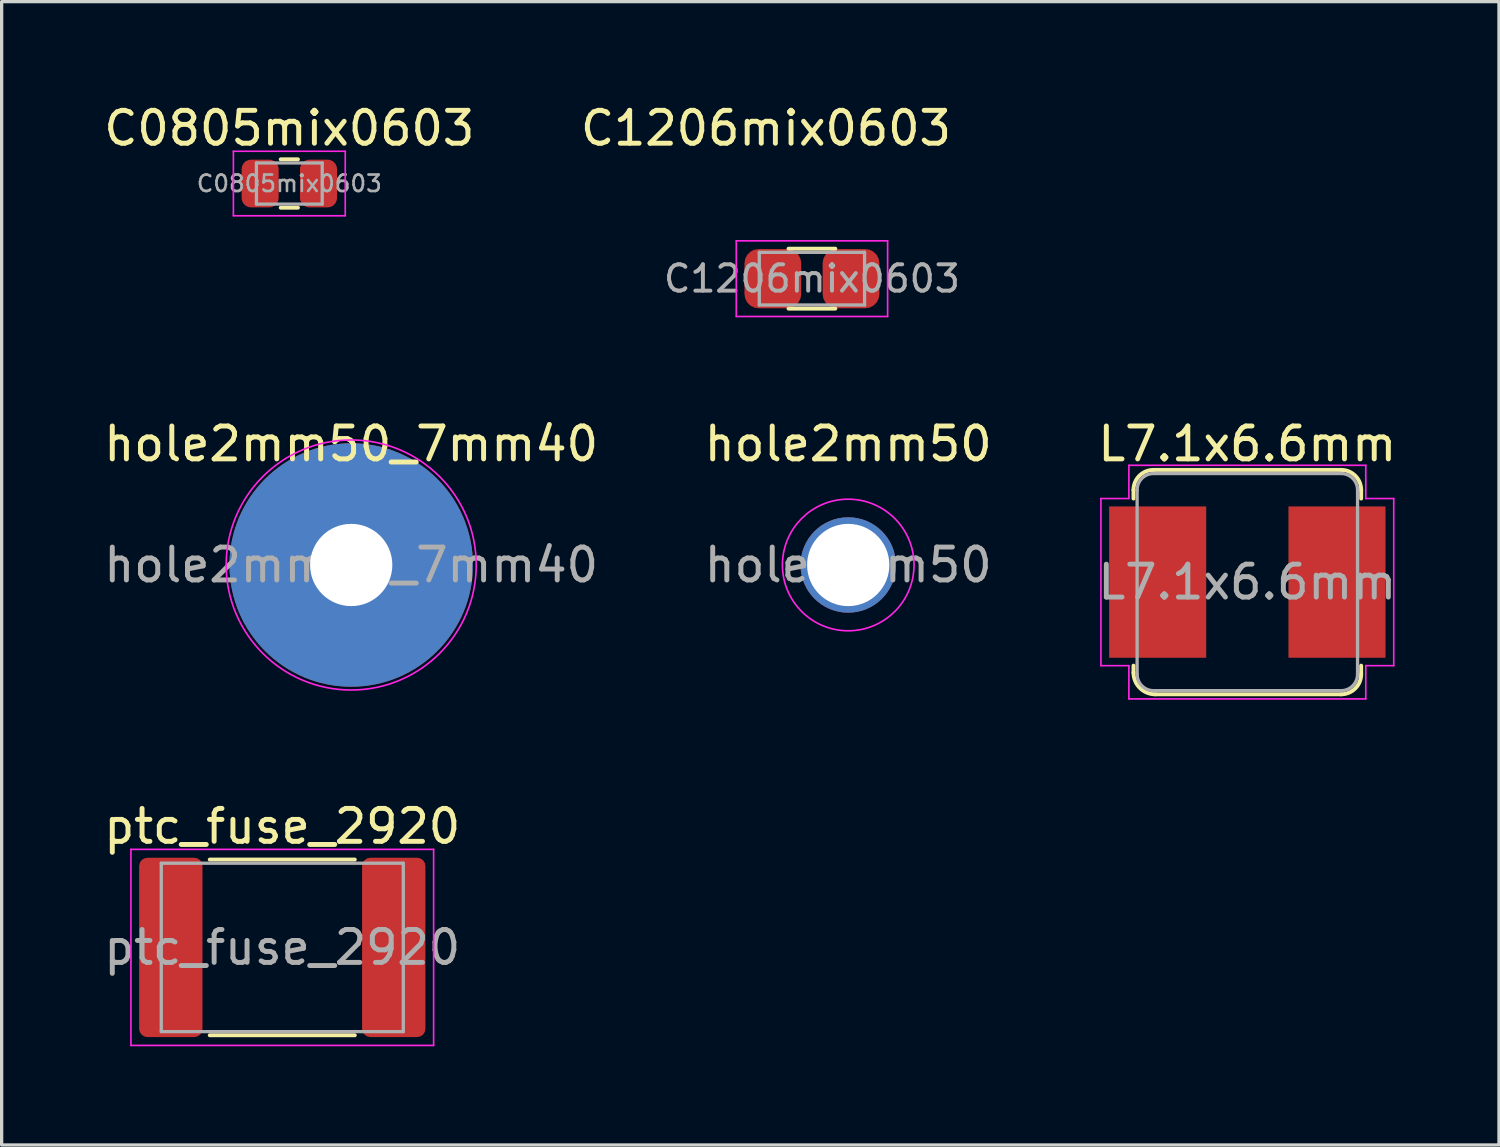
<source format=kicad_pcb>
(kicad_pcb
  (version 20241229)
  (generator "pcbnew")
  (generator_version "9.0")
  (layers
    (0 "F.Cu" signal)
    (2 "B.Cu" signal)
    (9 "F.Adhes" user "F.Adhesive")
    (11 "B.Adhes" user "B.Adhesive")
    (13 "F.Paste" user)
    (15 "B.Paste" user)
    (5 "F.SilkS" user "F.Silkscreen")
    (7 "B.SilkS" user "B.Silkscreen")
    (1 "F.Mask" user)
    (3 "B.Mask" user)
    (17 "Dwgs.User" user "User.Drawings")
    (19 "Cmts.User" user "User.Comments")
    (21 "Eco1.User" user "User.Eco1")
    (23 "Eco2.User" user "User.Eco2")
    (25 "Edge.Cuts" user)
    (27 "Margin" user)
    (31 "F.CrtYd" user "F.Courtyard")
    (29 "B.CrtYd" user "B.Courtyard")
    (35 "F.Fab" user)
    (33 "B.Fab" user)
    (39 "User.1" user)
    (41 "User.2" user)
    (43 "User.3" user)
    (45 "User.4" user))
  (footprint "hole2mm50"
    (layer "F.Cu")
    (at 22.732 14.123)
    (property "Reference" "hole2mm50" (at 0 -3.68 0) (layer "F.SilkS") (effects (font (size 1 1) (thickness 0.15))))
    (attr smd)
    (fp_circle (center 0 0) (end 2 0) (stroke (width 0.05) (type solid)) (fill no) (layer "F.CrtYd"))
    (fp_text user "${REFERENCE}" (at 0 0 0) (layer "F.Fab") (effects (font (size 1 1) (thickness 0.15))))
    (pad "1" thru_hole circle (at 0 0) (size 2.9 2.9) (drill 2.5) (layers "*.Cu" "*.Mask")))
  (footprint "ptc_fuse_2920"
    (layer "F.Cu")
    (at 5.53 25.747)
    (property "Reference" "ptc_fuse_2920" (at 0 -3.68 0) (layer "F.SilkS") (effects (font (size 1 1) (thickness 0.15))))
    (attr smd)
    (fp_line (start -2.204 -2.67) (end 2.204 -2.67) (stroke (width 0.12) (type solid)) (layer "F.SilkS"))
    (fp_line (start -2.204 2.67) (end 2.204 2.67) (stroke (width 0.12) (type solid)) (layer "F.SilkS"))
    (fp_line (start -4.6 -2.98) (end 4.6 -2.98) (stroke (width 0.05) (type solid)) (layer "F.CrtYd"))
    (fp_line (start -4.6 2.98) (end -4.6 -2.98) (stroke (width 0.05) (type solid)) (layer "F.CrtYd"))
    (fp_line (start 4.6 -2.98) (end 4.6 2.98) (stroke (width 0.05) (type solid)) (layer "F.CrtYd"))
    (fp_line (start 4.6 2.98) (end -4.6 2.98) (stroke (width 0.05) (type solid)) (layer "F.CrtYd"))
    (fp_line (start -3.678 -2.56) (end 3.678 -2.56) (stroke (width 0.1) (type solid)) (layer "F.Fab"))
    (fp_line (start -3.678 2.56) (end -3.678 -2.56) (stroke (width 0.1) (type solid)) (layer "F.Fab"))
    (fp_line (start 3.678 -2.56) (end 3.678 2.56) (stroke (width 0.1) (type solid)) (layer "F.Fab"))
    (fp_line (start 3.678 2.56) (end -3.678 2.56) (stroke (width 0.1) (type solid)) (layer "F.Fab"))
    (fp_text user "${REFERENCE}" (at 0 0 0) (layer "F.Fab") (effects (font (size 1 1) (thickness 0.15))))
    (pad "1" smd roundrect (at -3.388 0) (size 1.925 5.45) (layers "F.Cu" "F.Mask" "F.Paste") (roundrect_rratio 0.13))
    (pad "2" smd roundrect (at 3.388 0) (size 1.925 5.45) (layers "F.Cu" "F.Mask" "F.Paste") (roundrect_rratio 0.13)))
  (footprint "hole2mm50_7mm40"
    (layer "F.Cu")
    (at 7.625 14.123)
    (property "Reference" "hole2mm50_7mm40" (at 0 -3.68 0) (layer "F.SilkS") (effects (font (size 1 1) (thickness 0.15))))
    (attr smd)
    (fp_circle (center 0 0) (end 3.8 0) (stroke (width 0.05) (type solid)) (fill no) (layer "F.CrtYd"))
    (fp_text user "${REFERENCE}" (at 0 0 0) (layer "F.Fab") (effects (font (size 1 1) (thickness 0.15))))
    (pad "1" thru_hole circle (at 0 0) (size 7.4 7.4) (drill 2.5) (layers "*.Cu" "*.Mask")))
  (footprint "L7.1x6.6mm"
    (layer "F.Cu")
    (at 34.863 14.643)
    (property "Reference" "L7.1x6.6mm" (at 0 -4.2 0) (layer "F.SilkS") (effects (font (size 1 1) (thickness 0.15))))
    (attr smd)
    (fp_line (start -3.46 -2.54) (end -3.46 -2.8) (stroke (width 0.12) (type solid)) (layer "F.SilkS"))
    (fp_line (start -3.46 2.75) (end -3.46 2.54) (stroke (width 0.12) (type solid)) (layer "F.SilkS"))
    (fp_line (start -2.85 -3.41) (end 2.85 -3.41) (stroke (width 0.12) (type solid)) (layer "F.SilkS"))
    (fp_line (start 2.85 3.41) (end -2.8 3.41) (stroke (width 0.12) (type solid)) (layer "F.SilkS"))
    (fp_line (start 3.46 -2.8) (end 3.46 -2.54) (stroke (width 0.12) (type solid)) (layer "F.SilkS"))
    (fp_line (start 3.46 2.54) (end 3.46 2.8) (stroke (width 0.12) (type solid)) (layer "F.SilkS"))
    (fp_arc (start -3.46 -2.8) (mid -3.281335 -3.231335) (end -2.85 -3.41) (stroke (width 0.12) (type solid)) (layer "F.SilkS"))
    (fp_arc (start -2.8 3.41) (mid -3.26669 3.21669) (end -3.46 2.75) (stroke (width 0.12) (type solid)) (layer "F.SilkS"))
    (fp_arc (start 2.85 -3.41) (mid 3.281335 -3.231335) (end 3.46 -2.8) (stroke (width 0.12) (type solid)) (layer "F.SilkS"))
    (fp_arc (start 3.46 2.8) (mid 3.281335 3.231335) (end 2.85 3.41) (stroke (width 0.12) (type solid)) (layer "F.SilkS"))
    (fp_line (start -4.45 -2.54) (end -3.6 -2.54) (stroke (width 0.05) (type solid)) (layer "F.CrtYd"))
    (fp_line (start -4.45 2.54) (end -4.45 -2.54) (stroke (width 0.05) (type solid)) (layer "F.CrtYd"))
    (fp_line (start -3.6 -3.55) (end 3.6 -3.55) (stroke (width 0.05) (type solid)) (layer "F.CrtYd"))
    (fp_line (start -3.6 -2.54) (end -3.6 -3.55) (stroke (width 0.05) (type solid)) (layer "F.CrtYd"))
    (fp_line (start -3.6 2.54) (end -4.45 2.54) (stroke (width 0.05) (type solid)) (layer "F.CrtYd"))
    (fp_line (start -3.6 3.55) (end -3.6 2.54) (stroke (width 0.05) (type solid)) (layer "F.CrtYd"))
    (fp_line (start 3.6 -3.55) (end 3.6 -2.54) (stroke (width 0.05) (type solid)) (layer "F.CrtYd"))
    (fp_line (start 3.6 -2.54) (end 4.45 -2.54) (stroke (width 0.05) (type solid)) (layer "F.CrtYd"))
    (fp_line (start 3.6 2.54) (end 3.6 3.55) (stroke (width 0.05) (type solid)) (layer "F.CrtYd"))
    (fp_line (start 3.6 3.55) (end -3.6 3.55) (stroke (width 0.05) (type solid)) (layer "F.CrtYd"))
    (fp_line (start 4.45 -2.54) (end 4.45 2.54) (stroke (width 0.05) (type solid)) (layer "F.CrtYd"))
    (fp_line (start 4.45 2.54) (end 3.6 2.54) (stroke (width 0.05) (type solid)) (layer "F.CrtYd"))
    (fp_line (start -3.35 2.8) (end -3.35 -2.8) (stroke (width 0.1) (type solid)) (layer "F.Fab"))
    (fp_line (start -2.85 -3.3) (end 2.85 -3.3) (stroke (width 0.1) (type solid)) (layer "F.Fab"))
    (fp_line (start 2.85 3.3) (end -2.85 3.3) (stroke (width 0.1) (type solid)) (layer "F.Fab"))
    (fp_line (start 3.35 -2.8) (end 3.35 2.8) (stroke (width 0.1) (type solid)) (layer "F.Fab"))
    (fp_arc (start -3.35 -2.8) (mid -3.203553 -3.153553) (end -2.85 -3.3) (stroke (width 0.1) (type solid)) (layer "F.Fab"))
    (fp_arc (start -2.85 3.3) (mid -3.203553 3.153553) (end -3.35 2.8) (stroke (width 0.1) (type solid)) (layer "F.Fab"))
    (fp_arc (start 2.85 -3.3) (mid 3.203553 -3.153553) (end 3.35 -2.8) (stroke (width 0.1) (type solid)) (layer "F.Fab"))
    (fp_arc (start 3.35 2.8) (mid 3.203553 3.153553) (end 2.85 3.3) (stroke (width 0.1) (type solid)) (layer "F.Fab"))
    (fp_text user "${REFERENCE}" (at 0 0 0) (layer "F.Fab") (effects (font (size 1 1) (thickness 0.15))))
    (pad "1" smd rect (at -2.725 0) (size 2.95 4.6) (layers "F.Cu" "F.Mask" "F.Paste"))
    (pad "2" smd rect (at 2.725 0) (size 2.95 4.6) (layers "F.Cu" "F.Mask" "F.Paste")))
  (footprint "C0805mix0603"
    (layer "F.Cu")
    (at 5.744 2.528)
    (property "Reference" "C0805mix0603" (at 0 -1.68 0) (layer "F.SilkS") (effects (font (size 1 1) (thickness 0.15))))
    (attr smd)
    (fp_line (start -0.261 -0.735) (end 0.261 -0.735) (stroke (width 0.12) (type solid)) (layer "F.SilkS"))
    (fp_line (start -0.261 0.735) (end 0.261 0.735) (stroke (width 0.12) (type solid)) (layer "F.SilkS"))
    (fp_line (start -1.7 -0.98) (end 1.7 -0.98) (stroke (width 0.05) (type solid)) (layer "F.CrtYd"))
    (fp_line (start -1.7 0.98) (end -1.7 -0.98) (stroke (width 0.05) (type solid)) (layer "F.CrtYd"))
    (fp_line (start 1.7 -0.98) (end 1.7 0.98) (stroke (width 0.05) (type solid)) (layer "F.CrtYd"))
    (fp_line (start 1.7 0.98) (end -1.7 0.98) (stroke (width 0.05) (type solid)) (layer "F.CrtYd"))
    (fp_line (start -1 -0.625) (end 1 -0.625) (stroke (width 0.1) (type solid)) (layer "F.Fab"))
    (fp_line (start -1 0.625) (end -1 -0.625) (stroke (width 0.1) (type solid)) (layer "F.Fab"))
    (fp_line (start 1 -0.625) (end 1 0.625) (stroke (width 0.1) (type solid)) (layer "F.Fab"))
    (fp_line (start 1 0.625) (end -1 0.625) (stroke (width 0.1) (type solid)) (layer "F.Fab"))
    (fp_text user "${REFERENCE}" (at 0 0 0) (layer "F.Fab") (effects (font (size 0.5 0.5) (thickness 0.08))))
    (pad "1" smd roundrect (at -0.887 0) (size 1.125 1.45) (layers "F.Cu" "F.Mask" "F.Paste") (roundrect_rratio 0.25))
    (pad "2" smd roundrect (at 0.887 0) (size 1.125 1.45) (layers "F.Cu" "F.Mask" "F.Paste") (roundrect_rratio 0.25)))
  (footprint "C1206mix0603"
    (layer "F.Cu")
    (at 21.629 5.42)
    (property "Reference" "C1206mix0603" (at -1.397 -4.572 0) (layer "F.SilkS") (effects (font (size 1 1) (thickness 0.15))))
    (attr smd)
    (fp_line (start -0.711 -0.91) (end 0.711 -0.91) (stroke (width 0.12) (type solid)) (layer "F.SilkS"))
    (fp_line (start -0.711 0.91) (end 0.711 0.91) (stroke (width 0.12) (type solid)) (layer "F.SilkS"))
    (fp_line (start -2.3 -1.15) (end 2.3 -1.15) (stroke (width 0.05) (type solid)) (layer "F.CrtYd"))
    (fp_line (start -2.3 1.15) (end -2.3 -1.15) (stroke (width 0.05) (type solid)) (layer "F.CrtYd"))
    (fp_line (start 2.3 -1.15) (end 2.3 1.15) (stroke (width 0.05) (type solid)) (layer "F.CrtYd"))
    (fp_line (start 2.3 1.15) (end -2.3 1.15) (stroke (width 0.05) (type solid)) (layer "F.CrtYd"))
    (fp_line (start -1.6 -0.8) (end 1.6 -0.8) (stroke (width 0.1) (type solid)) (layer "F.Fab"))
    (fp_line (start -1.6 0.8) (end -1.6 -0.8) (stroke (width 0.1) (type solid)) (layer "F.Fab"))
    (fp_line (start 1.6 -0.8) (end 1.6 0.8) (stroke (width 0.1) (type solid)) (layer "F.Fab"))
    (fp_line (start 1.6 0.8) (end -1.6 0.8) (stroke (width 0.1) (type solid)) (layer "F.Fab"))
    (fp_text user "${REFERENCE}" (at 0 0 0) (layer "F.Fab") (effects (font (size 0.8 0.8) (thickness 0.12))))
    (pad "1" smd roundrect (at -1.188 0) (size 1.725 1.8) (layers "F.Cu" "F.Mask" "F.Paste") (roundrect_rratio 0.25))
    (pad "2" smd roundrect (at 1.188 0 180) (size 1.725 1.8) (layers "F.Cu" "F.Mask" "F.Paste") (roundrect_rratio 0.25)))
  (gr_rect
    (start -3 -3)
    (end 42.512 31.752)
    (stroke (width 0.1) (type default))
    (fill no)
    (layer "Edge.Cuts")))
</source>
